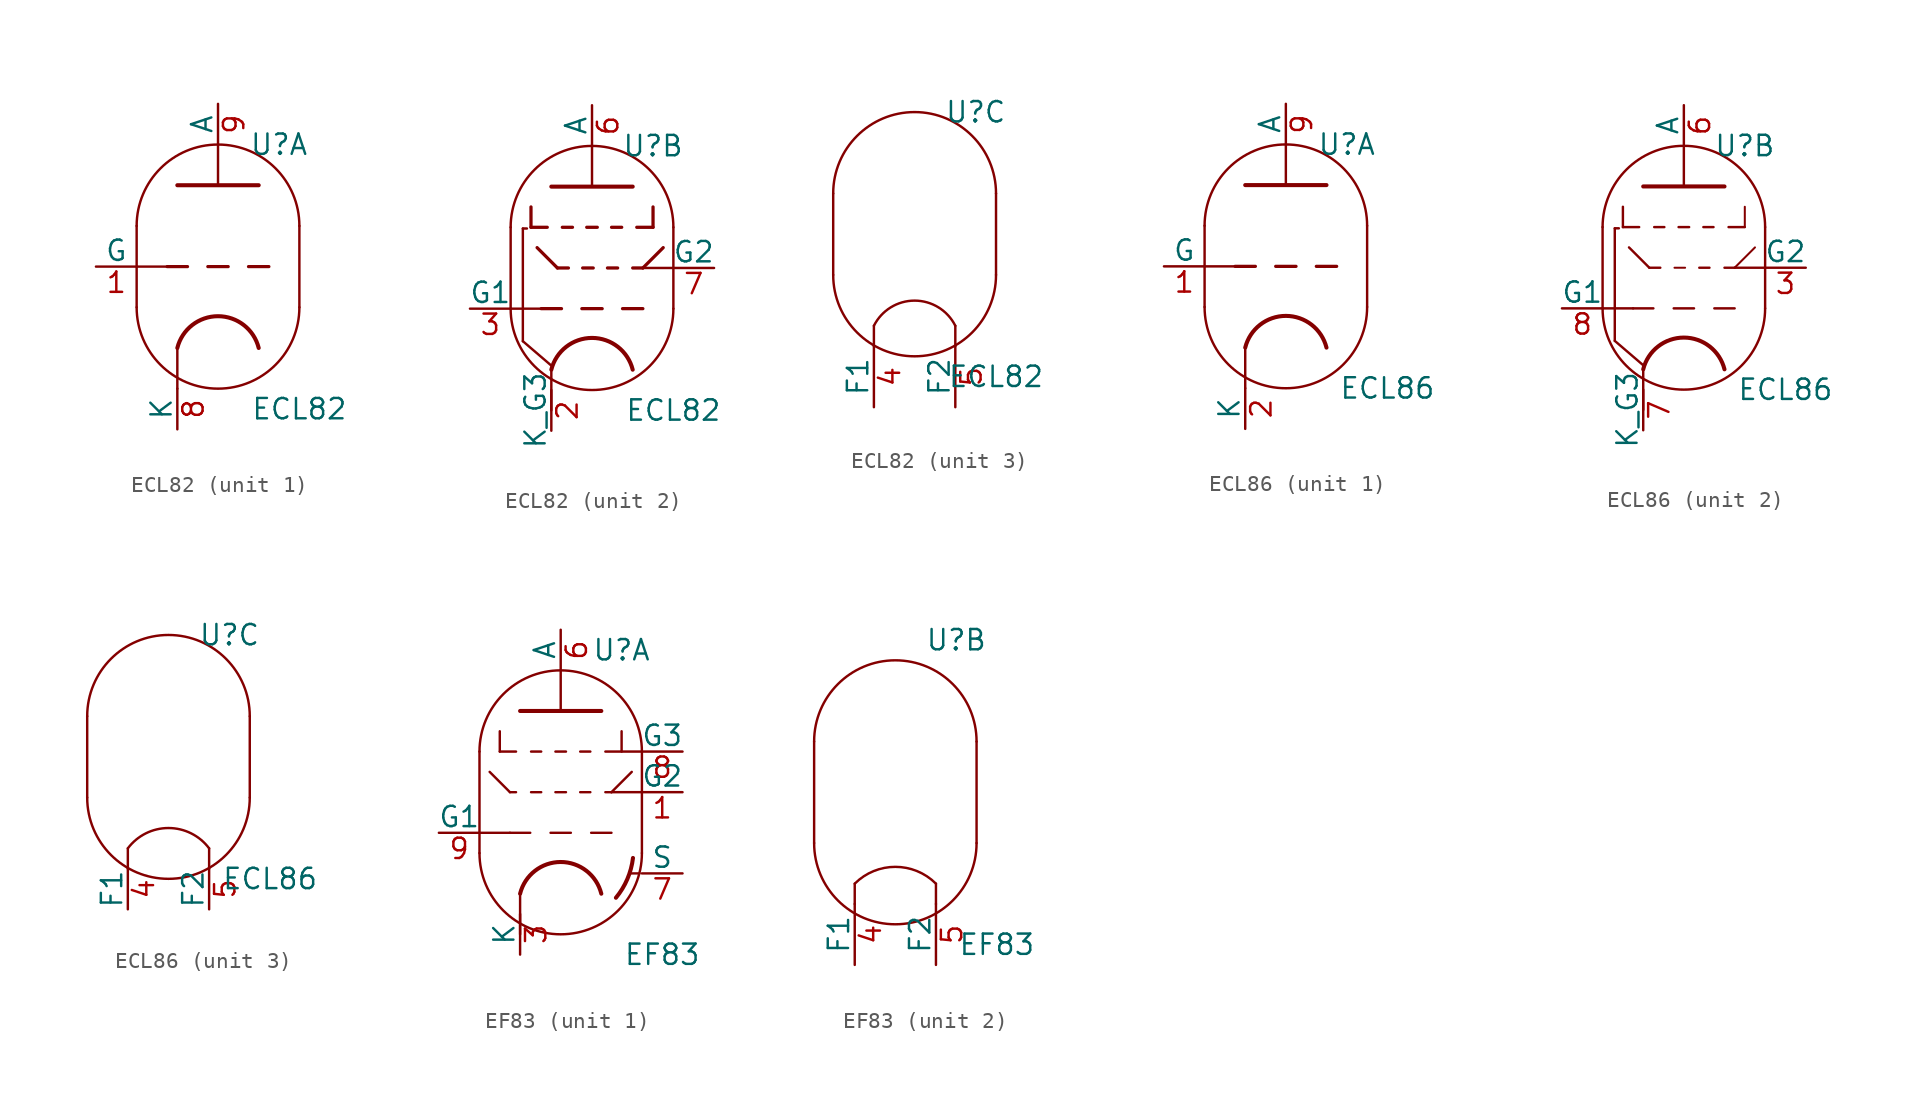
<source format=kicad_sym>
(kicad_symbol_lib
  (version 20211014)
  (generator kicad_symbol_editor)
  (symbol "ECL82"
    (pin_names
      (offset 0))
    (property "Reference" "U"
      (at 3.81 7.62 0)
      (effects (font (size 1.27 1.27))))
    (property "Value" "ECL82"
      (at 5.08 -8.89 0)
      (effects (font (size 1.27 1.27))))
    (property "ki_locked" ""
      (at 0 0 0)
      (effects (font (size 1.27 1.27))))
    (symbol "ECL82_0_1"
      (arc (start -5.08 -2.54) (mid 0 -7.62) (end 5.08 -2.54) (stroke (width 0) (type default) (color 0 0 0 0)) (fill (type none)))
      (polyline (pts (xy 5.08 2.54) (xy 5.08 -2.54)) (stroke (width 0) (type default) (color 0 0 0 0)) (fill (type none)))
      (polyline (pts (xy -5.08 2.54) (xy -5.08 -2.54) (xy -5.08 -2.54) (xy -5.08 -2.54)) (stroke (width 0) (type default) (color 0 0 0 0)) (fill (type none)))
      (arc (start 5.08 2.54) (mid 0 7.62) (end -5.08 2.54) (stroke (width 0) (type default) (color 0 0 0 0)) (fill (type none))))
    (symbol "ECL82_1_0"
      (polyline (pts (xy -2.54 -5.08) (xy -2.54 -7.62)) (stroke (width 0) (type default) (color 0 0 0 0)) (fill (type none))))
    (symbol "ECL82_1_1"
      (polyline (pts (xy -5.08 0) (xy -3.175 0)) (stroke (width 0) (type default) (color 0 0 0 0)) (fill (type none)))
      (polyline (pts (xy -1.905 0) (xy -3.175 0)) (stroke (width 0.203) (type default) (color 0 0 0 0)) (fill (type none)))
      (polyline (pts (xy -0.635 0) (xy 0.635 0)) (stroke (width 0.203) (type default) (color 0 0 0 0)) (fill (type none)))
      (polyline (pts (xy 0 5.08) (xy 0 7.62)) (stroke (width 0) (type default) (color 0 0 0 0)) (fill (type none)))
      (polyline (pts (xy 1.905 0) (xy 3.175 0)) (stroke (width 0.203) (type default) (color 0 0 0 0)) (fill (type none)))
      (polyline (pts (xy -2.54 5.08) (xy 2.54 5.08) (xy 2.54 5.08)) (stroke (width 0.254) (type default) (color 0 0 0 0)) (fill (type none)))
      (arc (start 2.54 -5.08) (mid 0 -3.0968) (end -2.54 -5.08) (stroke (width 0.254) (type default) (color 0 0 0 0)) (fill (type none)))
      (pin input line (at -7.62 0 0) (length 2.54) (name "G" (effects (font (size 1.27 1.27)))) (number "1" (effects (font (size 1.27 1.27)))))
      (pin bidirectional line (at -2.54 -10.16 90) (length 2.54) (name "K" (effects (font (size 1.27 1.27)))) (number "8" (effects (font (size 1.27 1.27)))))
      (pin output line (at 0 10.16 270) (length 2.54) (name "A" (effects (font (size 1.27 1.27)))) (number "9" (effects (font (size 1.27 1.27))))))
    (symbol "ECL82_2_0"
      (polyline (pts (xy -2.54 -6.35) (xy -2.54 -8.89)) (stroke (width 0) (type default) (color 0 0 0 0)) (fill (type none)))
      (polyline (pts (xy 0 5.08) (xy 0 7.62)) (stroke (width 0) (type default) (color 0 0 0 0)) (fill (type none)))
      (polyline (pts (xy 2.54 0) (xy 3.175 0)) (stroke (width 0.203) (type default) (color 0 0 0 0)) (fill (type none)))
      (polyline (pts (xy 4.445 1.27) (xy 3.175 0)) (stroke (width 0.203) (type default) (color 0 0 0 0)) (fill (type none))))
    (symbol "ECL82_2_1"
      (polyline (pts (xy -5.08 -2.54) (xy -3.175 -2.54)) (stroke (width 0) (type default) (color 0 0 0 0)) (fill (type none)))
      (polyline (pts (xy -4.318 -4.572) (xy -4.318 2.464)) (stroke (width 0.152) (type default) (color 0 0 0 0)) (fill (type none)))
      (polyline (pts (xy -4.318 -4.572) (xy -2.54 -6.096)) (stroke (width 0.152) (type default) (color 0 0 0 0)) (fill (type none)))
      (polyline (pts (xy -4.064 2.464) (xy -4.318 2.464)) (stroke (width 0.152) (type default) (color 0 0 0 0)) (fill (type none)))
      (polyline (pts (xy -3.81 2.54) (xy -2.794 2.54)) (stroke (width 0.203) (type default) (color 0 0 0 0)) (fill (type none)))
      (polyline (pts (xy -3.81 3.81) (xy -3.81 2.54)) (stroke (width 0.203) (type default) (color 0 0 0 0)) (fill (type none)))
      (polyline (pts (xy -3.429 1.27) (xy -2.159 0)) (stroke (width 0.203) (type default) (color 0 0 0 0)) (fill (type none)))
      (polyline (pts (xy -2.159 0) (xy -1.473 0)) (stroke (width 0.203) (type default) (color 0 0 0 0)) (fill (type none)))
      (polyline (pts (xy -1.905 -2.54) (xy -3.175 -2.54)) (stroke (width 0.203) (type default) (color 0 0 0 0)) (fill (type none)))
      (polyline (pts (xy -1.854 2.54) (xy -1.219 2.54)) (stroke (width 0.203) (type default) (color 0 0 0 0)) (fill (type none)))
      (polyline (pts (xy -0.635 -2.54) (xy 0.635 -2.54)) (stroke (width 0.203) (type default) (color 0 0 0 0)) (fill (type none)))
      (polyline (pts (xy -0.584 0) (xy 0.076 0)) (stroke (width 0.203) (type default) (color 0 0 0 0)) (fill (type none)))
      (polyline (pts (xy -0.33 2.54) (xy 0.33 2.54)) (stroke (width 0.203) (type default) (color 0 0 0 0)) (fill (type none)))
      (polyline (pts (xy 0.965 0) (xy 1.6 0)) (stroke (width 0.203) (type default) (color 0 0 0 0)) (fill (type none)))
      (polyline (pts (xy 1.219 2.54) (xy 1.854 2.54)) (stroke (width 0.203) (type default) (color 0 0 0 0)) (fill (type none)))
      (polyline (pts (xy 1.905 -2.54) (xy 3.175 -2.54)) (stroke (width 0.203) (type default) (color 0 0 0 0)) (fill (type none)))
      (polyline (pts (xy 3.175 0) (xy 5.08 0)) (stroke (width 0) (type default) (color 0 0 0 0)) (fill (type none)))
      (polyline (pts (xy 3.81 2.54) (xy 2.794 2.54)) (stroke (width 0.203) (type default) (color 0 0 0 0)) (fill (type none)))
      (polyline (pts (xy 3.81 3.81) (xy 3.81 2.54)) (stroke (width 0.203) (type default) (color 0 0 0 0)) (fill (type none)))
      (polyline (pts (xy -2.54 5.08) (xy 2.54 5.08) (xy 2.54 5.08)) (stroke (width 0.254) (type default) (color 0 0 0 0)) (fill (type none)))
      (arc (start 2.54 -6.35) (mid 0 -4.3668) (end -2.54 -6.35) (stroke (width 0.254) (type default) (color 0 0 0 0)) (fill (type none)))
      (pin bidirectional line (at -2.54 -10.16 90) (length 2.54) (name "K_G3" (effects (font (size 1.27 1.27)))) (number "2" (effects (font (size 1.27 1.27)))))
      (pin input line (at -7.62 -2.54 0) (length 2.54) (name "G1" (effects (font (size 1.27 1.27)))) (number "3" (effects (font (size 1.27 1.27)))))
      (pin output line (at 0 10.16 270) (length 2.54) (name "A" (effects (font (size 1.27 1.27)))) (number "6" (effects (font (size 1.27 1.27)))))
      (pin input line (at 7.62 0 180) (length 2.54) (name "G2" (effects (font (size 1.27 1.27)))) (number "7" (effects (font (size 1.27 1.27))))))
    (symbol "ECL82_3_1"
      (polyline (pts (xy -2.54 -6.985) (xy -2.54 -5.715) (xy -2.54 -5.715)) (stroke (width 0) (type default) (color 0 0 0 0)) (fill (type none)))
      (polyline (pts (xy 2.54 -6.985) (xy 2.54 -5.715) (xy 2.54 -5.715) (xy 2.54 -5.715)) (stroke (width 0) (type default) (color 0 0 0 0)) (fill (type none)))
      (arc (start 2.54 -5.715) (mid 0 -4.1452) (end -2.54 -5.715) (stroke (width 0) (type default) (color 0 0 0 0)) (fill (type none)))
      (pin power_in line (at -2.54 -10.795 90) (length 3.81) (name "F1" (effects (font (size 1.27 1.27)))) (number "4" (effects (font (size 1.27 1.27)))))
      (pin power_in line (at 2.54 -10.795 90) (length 3.81) (name "F2" (effects (font (size 1.27 1.27)))) (number "5" (effects (font (size 1.27 1.27)))))))
  (symbol "ECL86"
    (pin_names
      (offset 0))
    (property "Reference" "U"
      (at 3.81 7.62 0)
      (effects (font (size 1.27 1.27))))
    (property "Value" "ECL86"
      (at 6.35 -7.62 0)
      (effects (font (size 1.27 1.27))))
    (property "ki_locked" ""
      (at 0 0 0)
      (effects (font (size 1.27 1.27))))
    (symbol "ECL86_0_1"
      (arc (start -5.08 -2.54) (mid 0 -7.62) (end 5.08 -2.54) (stroke (width 0) (type default) (color 0 0 0 0)) (fill (type none)))
      (polyline (pts (xy 5.08 2.54) (xy 5.08 -2.54)) (stroke (width 0) (type default) (color 0 0 0 0)) (fill (type none)))
      (polyline (pts (xy -5.08 2.54) (xy -5.08 -2.54) (xy -5.08 -2.54) (xy -5.08 -2.54) (xy -5.08 -2.54)) (stroke (width 0) (type default) (color 0 0 0 0)) (fill (type none)))
      (arc (start 5.08 2.54) (mid 0 7.62) (end -5.08 2.54) (stroke (width 0) (type default) (color 0 0 0 0)) (fill (type none))))
    (symbol "ECL86_1_1"
      (polyline (pts (xy -5.08 0) (xy -3.175 0)) (stroke (width 0) (type default) (color 0 0 0 0)) (fill (type none)))
      (polyline (pts (xy -2.54 -5.08) (xy -2.54 -7.62)) (stroke (width 0) (type default) (color 0 0 0 0)) (fill (type none)))
      (polyline (pts (xy -1.905 0) (xy -3.175 0)) (stroke (width 0.203) (type default) (color 0 0 0 0)) (fill (type none)))
      (polyline (pts (xy -0.635 0) (xy 0.635 0)) (stroke (width 0.203) (type default) (color 0 0 0 0)) (fill (type none)))
      (polyline (pts (xy 0 5.08) (xy 0 7.62)) (stroke (width 0) (type default) (color 0 0 0 0)) (fill (type none)))
      (polyline (pts (xy 1.905 0) (xy 3.175 0)) (stroke (width 0.203) (type default) (color 0 0 0 0)) (fill (type none)))
      (polyline (pts (xy -2.54 5.08) (xy 2.54 5.08) (xy 2.54 5.08)) (stroke (width 0.254) (type default) (color 0 0 0 0)) (fill (type none)))
      (arc (start 2.54 -5.08) (mid 0 -3.0968) (end -2.54 -5.08) (stroke (width 0.254) (type default) (color 0 0 0 0)) (fill (type none)))
      (pin input line (at -7.62 0 0) (length 2.54) (name "G" (effects (font (size 1.27 1.27)))) (number "1" (effects (font (size 1.27 1.27)))))
      (pin bidirectional line (at -2.54 -10.16 90) (length 2.54) (name "K" (effects (font (size 1.27 1.27)))) (number "2" (effects (font (size 1.27 1.27)))))
      (pin output line (at 0 10.16 270) (length 2.54) (name "A" (effects (font (size 1.27 1.27)))) (number "9" (effects (font (size 1.27 1.27))))))
    (symbol "ECL86_2_0"
      (polyline (pts (xy -2.54 -6.35) (xy -2.54 -8.89)) (stroke (width 0) (type default) (color 0 0 0 0)) (fill (type none)))
      (polyline (pts (xy -0.635 -2.54) (xy 0.635 -2.54)) (stroke (width 0.152) (type default) (color 0 0 0 0)) (fill (type none)))
      (polyline (pts (xy 3.175 0) (xy 5.08 0)) (stroke (width 0) (type default) (color 0 0 0 0)) (fill (type none))))
    (symbol "ECL86_2_1"
      (polyline (pts (xy -5.08 -2.54) (xy -3.175 -2.54)) (stroke (width 0) (type default) (color 0 0 0 0)) (fill (type none)))
      (polyline (pts (xy -4.318 -4.572) (xy -4.318 2.464)) (stroke (width 0.152) (type default) (color 0 0 0 0)) (fill (type none)))
      (polyline (pts (xy -4.318 -4.572) (xy -2.54 -6.096)) (stroke (width 0.152) (type default) (color 0 0 0 0)) (fill (type none)))
      (polyline (pts (xy -4.064 2.464) (xy -4.318 2.464)) (stroke (width 0.152) (type default) (color 0 0 0 0)) (fill (type none)))
      (polyline (pts (xy -3.81 2.54) (xy -2.794 2.54)) (stroke (width 0.152) (type default) (color 0 0 0 0)) (fill (type none)))
      (polyline (pts (xy -3.81 3.81) (xy -3.81 2.54)) (stroke (width 0.152) (type default) (color 0 0 0 0)) (fill (type none)))
      (polyline (pts (xy -3.429 1.27) (xy -2.159 0)) (stroke (width 0.152) (type default) (color 0 0 0 0)) (fill (type none)))
      (polyline (pts (xy -2.159 0) (xy -1.473 0)) (stroke (width 0.152) (type default) (color 0 0 0 0)) (fill (type none)))
      (polyline (pts (xy -1.905 -2.54) (xy -3.175 -2.54)) (stroke (width 0.152) (type default) (color 0 0 0 0)) (fill (type none)))
      (polyline (pts (xy -1.854 2.54) (xy -1.219 2.54)) (stroke (width 0.152) (type default) (color 0 0 0 0)) (fill (type none)))
      (polyline (pts (xy -0.584 0) (xy 0.076 0)) (stroke (width 0.127) (type default) (color 0 0 0 0)) (fill (type none)))
      (polyline (pts (xy -0.33 2.54) (xy 0.33 2.54)) (stroke (width 0.152) (type default) (color 0 0 0 0)) (fill (type none)))
      (polyline (pts (xy 0 5.08) (xy 0 7.62)) (stroke (width 0) (type default) (color 0 0 0 0)) (fill (type none)))
      (polyline (pts (xy 0.965 0) (xy 1.6 0)) (stroke (width 0.152) (type default) (color 0 0 0 0)) (fill (type none)))
      (polyline (pts (xy 1.219 2.54) (xy 1.854 2.54)) (stroke (width 0.152) (type default) (color 0 0 0 0)) (fill (type none)))
      (polyline (pts (xy 1.905 -2.54) (xy 3.175 -2.54)) (stroke (width 0.152) (type default) (color 0 0 0 0)) (fill (type none)))
      (polyline (pts (xy 2.54 0) (xy 3.175 0)) (stroke (width 0.152) (type default) (color 0 0 0 0)) (fill (type none)))
      (polyline (pts (xy 3.81 2.54) (xy 2.794 2.54)) (stroke (width 0.152) (type default) (color 0 0 0 0)) (fill (type none)))
      (polyline (pts (xy 3.81 3.81) (xy 3.81 2.54)) (stroke (width 0.127) (type default) (color 0 0 0 0)) (fill (type none)))
      (polyline (pts (xy 4.445 1.27) (xy 3.175 0)) (stroke (width 0.127) (type default) (color 0 0 0 0)) (fill (type none)))
      (polyline (pts (xy -2.54 5.08) (xy 2.54 5.08) (xy 2.54 5.08)) (stroke (width 0.254) (type default) (color 0 0 0 0)) (fill (type none)))
      (arc (start 2.54 -6.35) (mid 0 -4.3668) (end -2.54 -6.35) (stroke (width 0.254) (type default) (color 0 0 0 0)) (fill (type none)))
      (pin input line (at 7.62 0 180) (length 2.54) (name "G2" (effects (font (size 1.27 1.27)))) (number "3" (effects (font (size 1.27 1.27)))))
      (pin output line (at 0 10.16 270) (length 2.54) (name "A" (effects (font (size 1.27 1.27)))) (number "6" (effects (font (size 1.27 1.27)))))
      (pin bidirectional line (at -2.54 -10.16 90) (length 2.54) (name "K_G3" (effects (font (size 1.27 1.27)))) (number "7" (effects (font (size 1.27 1.27)))))
      (pin input line (at -7.62 -2.54 0) (length 2.54) (name "G1" (effects (font (size 1.27 1.27)))) (number "8" (effects (font (size 1.27 1.27))))))
    (symbol "ECL86_3_1"
      (polyline (pts (xy -2.54 -6.985) (xy -2.54 -5.715) (xy -2.54 -5.715)) (stroke (width 0) (type default) (color 0 0 0 0)) (fill (type none)))
      (polyline (pts (xy 2.54 -6.985) (xy 2.54 -5.715) (xy 2.54 -5.715)) (stroke (width 0) (type default) (color 0 0 0 0)) (fill (type none)))
      (arc (start 2.54 -5.715) (mid 0 -4.445) (end -2.54 -5.715) (stroke (width 0) (type default) (color 0 0 0 0)) (fill (type none)))
      (pin power_in line (at -2.54 -9.525 90) (length 2.54) (name "F1" (effects (font (size 1.27 1.27)))) (number "4" (effects (font (size 1.27 1.27)))))
      (pin power_in line (at 2.54 -9.525 90) (length 2.54) (name "F2" (effects (font (size 1.27 1.27)))) (number "5" (effects (font (size 1.27 1.27)))))))
  (symbol "EF83"
    (pin_names
      (offset 0))
    (property "Reference" "U"
      (at 3.81 10.16 0)
      (effects (font (size 1.27 1.27))))
    (property "Value" "EF83"
      (at 6.35 -8.89 0)
      (effects (font (size 1.27 1.27))))
    (property "ki_locked" ""
      (at 0 0 0)
      (effects (font (size 1.27 1.27))))
    (symbol "EF83_0_1"
      (arc (start -5.08 -2.54) (mid 0 -7.62) (end 5.08 -2.54) (stroke (width 0) (type default) (color 0 0 0 0)) (fill (type none)))
      (polyline (pts (xy -5.08 -2.54) (xy -5.08 3.81) (xy -5.08 3.81)) (stroke (width 0) (type default) (color 0 0 0 0)) (fill (type none)))
      (polyline (pts (xy 5.08 -2.54) (xy 5.08 3.81) (xy 5.08 3.81)) (stroke (width 0) (type default) (color 0 0 0 0)) (fill (type none)))
      (arc (start 5.08 3.81) (mid 0 8.89) (end -5.08 3.81) (stroke (width 0) (type default) (color 0 0 0 0)) (fill (type none))))
    (symbol "EF83_1_0"
      (polyline (pts (xy -2.54 -5.08) (xy -2.54 -7.62)) (stroke (width 0) (type default) (color 0 0 0 0)) (fill (type none)))
      (polyline (pts (xy 4.318 -3.785) (xy 4.343 -3.81)) (stroke (width 0) (type default) (color 0 0 0 0)) (fill (type none)))
      (polyline (pts (xy 4.928 -3.81) (xy 4.343 -3.81)) (stroke (width 0) (type default) (color 0 0 0 0)) (fill (type none))))
    (symbol "EF83_1_1"
      (polyline (pts (xy -5.08 -1.27) (xy -3.175 -1.27)) (stroke (width 0) (type default) (color 0 0 0 0)) (fill (type none)))
      (polyline (pts (xy -4.445 2.54) (xy -3.175 1.27)) (stroke (width 0.152) (type default) (color 0 0 0 0)) (fill (type none)))
      (polyline (pts (xy -3.81 3.81) (xy -2.794 3.81)) (stroke (width 0.152) (type default) (color 0 0 0 0)) (fill (type none)))
      (polyline (pts (xy -3.81 5.08) (xy -3.81 3.81)) (stroke (width 0.152) (type default) (color 0 0 0 0)) (fill (type none)))
      (polyline (pts (xy -3.175 1.27) (xy -2.794 1.27)) (stroke (width 0.152) (type default) (color 0 0 0 0)) (fill (type none)))
      (polyline (pts (xy -1.905 -1.27) (xy -3.175 -1.27)) (stroke (width 0.152) (type default) (color 0 0 0 0)) (fill (type none)))
      (polyline (pts (xy -1.854 1.27) (xy -1.219 1.27)) (stroke (width 0.152) (type default) (color 0 0 0 0)) (fill (type none)))
      (polyline (pts (xy -1.854 3.81) (xy -1.219 3.81)) (stroke (width 0.152) (type default) (color 0 0 0 0)) (fill (type none)))
      (polyline (pts (xy -0.635 -1.27) (xy 0.635 -1.27)) (stroke (width 0.152) (type default) (color 0 0 0 0)) (fill (type none)))
      (polyline (pts (xy -0.33 1.27) (xy 0.33 1.27)) (stroke (width 0.152) (type default) (color 0 0 0 0)) (fill (type none)))
      (polyline (pts (xy -0.33 3.81) (xy 0.33 3.81)) (stroke (width 0.152) (type default) (color 0 0 0 0)) (fill (type none)))
      (polyline (pts (xy 0 6.35) (xy 0 8.89)) (stroke (width 0) (type default) (color 0 0 0 0)) (fill (type none)))
      (polyline (pts (xy 1.219 1.27) (xy 1.854 1.27)) (stroke (width 0.152) (type default) (color 0 0 0 0)) (fill (type none)))
      (polyline (pts (xy 1.219 3.81) (xy 1.854 3.81)) (stroke (width 0.152) (type default) (color 0 0 0 0)) (fill (type none)))
      (polyline (pts (xy 1.905 -1.27) (xy 3.175 -1.27)) (stroke (width 0.152) (type default) (color 0 0 0 0)) (fill (type none)))
      (polyline (pts (xy 2.794 1.27) (xy 3.175 1.27)) (stroke (width 0.152) (type default) (color 0 0 0 0)) (fill (type none)))
      (polyline (pts (xy 3.175 1.27) (xy 5.08 1.27)) (stroke (width 0) (type default) (color 0 0 0 0)) (fill (type none)))
      (polyline (pts (xy 3.81 3.81) (xy 2.794 3.81)) (stroke (width 0.152) (type default) (color 0 0 0 0)) (fill (type none)))
      (polyline (pts (xy 3.81 5.08) (xy 3.81 3.81)) (stroke (width 0.152) (type default) (color 0 0 0 0)) (fill (type none)))
      (polyline (pts (xy 3.886 3.81) (xy 5.08 3.81)) (stroke (width 0) (type default) (color 0 0 0 0)) (fill (type none)))
      (polyline (pts (xy 4.445 2.54) (xy 3.175 1.27)) (stroke (width 0.152) (type default) (color 0 0 0 0)) (fill (type none)))
      (polyline (pts (xy -2.54 6.35) (xy 2.54 6.35) (xy 2.54 6.35)) (stroke (width 0.254) (type default) (color 0 0 0 0)) (fill (type none)))
      (arc (start 2.54 -5.08) (mid 0 -3.0968) (end -2.54 -5.08) (stroke (width 0.254) (type default) (color 0 0 0 0)) (fill (type none)))
      (arc (start 3.4544 -5.334) (mid 4.1685 -4.1668) (end 4.5212 -2.8448) (stroke (width 0.254) (type default) (color 0 0 0 0)) (fill (type none)))
      (pin input line (at 7.62 1.27 180) (length 2.54) (name "G2" (effects (font (size 1.27 1.27)))) (number "1" (effects (font (size 1.27 1.27)))))
      (pin bidirectional line (at -2.54 -8.89 90) (length 2.54) (name "K" (effects (font (size 1.27 1.27)))) (number "3" (effects (font (size 1.27 1.27)))))
      (pin output line (at 0 11.43 270) (length 2.54) (name "A" (effects (font (size 1.27 1.27)))) (number "6" (effects (font (size 1.27 1.27)))))
      (pin input line (at 7.62 -3.81 180) (length 2.54) (name "S" (effects (font (size 1.27 1.27)))) (number "7" (effects (font (size 1.27 1.27)))))
      (pin input line (at 7.62 3.81 180) (length 2.54) (name "G3" (effects (font (size 1.27 1.27)))) (number "8" (effects (font (size 1.27 1.27)))))
      (pin input line (at -7.62 -1.27 0) (length 2.54) (name "G1" (effects (font (size 1.27 1.27)))) (number "9" (effects (font (size 1.27 1.27))))))
    (symbol "EF83_2_1"
      (polyline (pts (xy -2.54 -5.08) (xy -2.54 -6.35) (xy -2.54 -6.35)) (stroke (width 0) (type default) (color 0 0 0 0)) (fill (type none)))
      (polyline (pts (xy 2.54 -5.08) (xy 2.54 -6.35) (xy 2.54 -6.35)) (stroke (width 0) (type default) (color 0 0 0 0)) (fill (type none)))
      (arc (start 2.54 -5.08) (mid 0 -4.0279) (end -2.54 -5.08) (stroke (width 0) (type default) (color 0 0 0 0)) (fill (type none)))
      (pin power_in line (at -2.54 -10.16 90) (length 3.81) (name "F1" (effects (font (size 1.27 1.27)))) (number "4" (effects (font (size 1.27 1.27)))))
      (pin power_in line (at 2.54 -10.16 90) (length 3.81) (name "F2" (effects (font (size 1.27 1.27)))) (number "5" (effects (font (size 1.27 1.27))))))))
</source>
